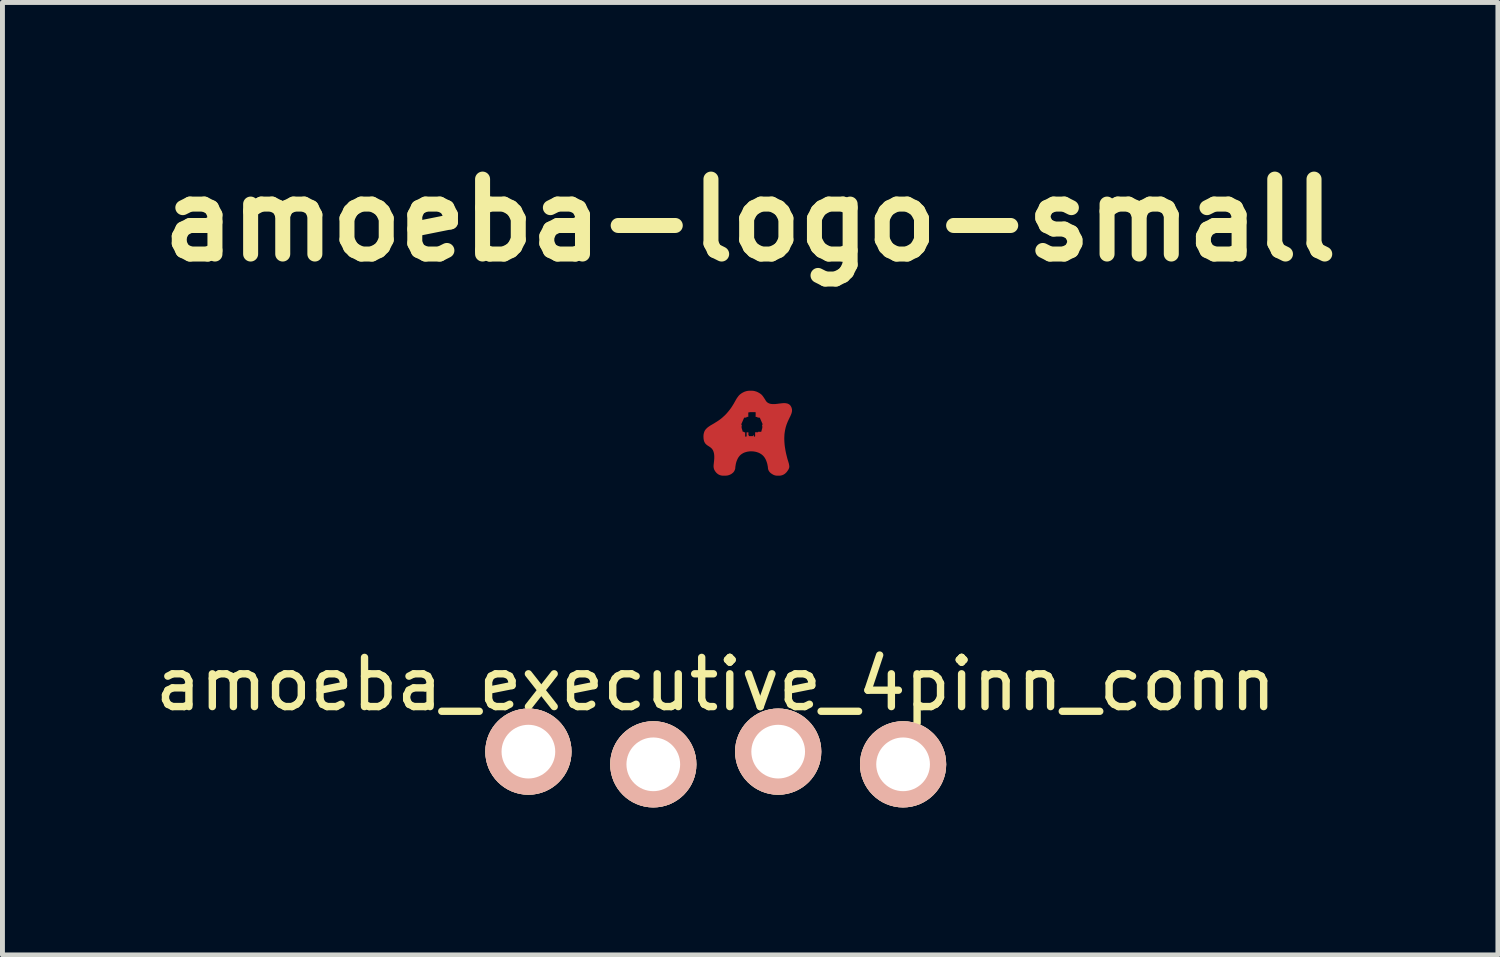
<source format=kicad_pcb>
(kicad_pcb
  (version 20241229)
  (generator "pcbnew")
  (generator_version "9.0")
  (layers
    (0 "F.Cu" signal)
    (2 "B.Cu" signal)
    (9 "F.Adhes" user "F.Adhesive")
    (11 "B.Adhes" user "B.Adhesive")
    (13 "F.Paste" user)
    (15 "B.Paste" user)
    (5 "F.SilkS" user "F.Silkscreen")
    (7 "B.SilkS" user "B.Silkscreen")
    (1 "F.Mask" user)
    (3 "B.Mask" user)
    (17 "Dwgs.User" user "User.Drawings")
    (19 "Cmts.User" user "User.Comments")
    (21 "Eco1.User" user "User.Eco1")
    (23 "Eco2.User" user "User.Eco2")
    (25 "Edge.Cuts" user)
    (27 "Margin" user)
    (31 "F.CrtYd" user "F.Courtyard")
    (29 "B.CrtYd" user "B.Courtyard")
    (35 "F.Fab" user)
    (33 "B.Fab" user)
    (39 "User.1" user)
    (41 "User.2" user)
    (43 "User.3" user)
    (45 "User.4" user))
  (footprint "amoeba-logo-small"
    (layer "F.Cu")
    (at 12.207 5.746)
    (property "Reference" "amoeba-logo-small" (at 0 -4.319 180) (layer "F.SilkS") (effects (font (size 1.524 1.524) (thickness 0.305))))
    (attr smd)
    (fp_poly (pts (xy -0.011 -0.85) (xy 0.006 -0.415) (xy 0.104 -0.415) (xy 0.111 -0.407) (xy 0.11 -0.317) (xy 0.144 -0.317) (xy 0.149 -0.303) (xy 0.189 -0.303) (xy 0.194 -0.299) (xy 0.198 -0.294) (xy 0.255 -0.164) (xy 0.242 -0.158) (xy 0.242 -0.136) (xy 0.246 -0.137) (xy 0.246 -0.095) (xy 0.224 -0.014) (xy 0.159 -0.014) (xy 0.159 -0.005) (xy 0.1 -0.005) (xy 0.1 0.074) (xy 0.087 0.088) (xy 0.072 0.074) (xy 0.072 0.045) (xy 0.052 0.074) (xy -0.022 0.074) (xy -0.037 0.046) (xy -0.036 -0.004) (xy -0.073 -0.004) (xy -0.073 0.075) (xy -0.088 0.089) (xy -0.103 0.075) (xy -0.103 -0.005) (xy -0.127 -0.005) (xy -0.127 -0.015) (xy -0.151 -0.014) (xy -0.175 -0.096) (xy -0.175 -0.135) (xy -0.171 -0.136) (xy -0.172 -0.158) (xy -0.178 -0.158) (xy -0.184 -0.163) (xy -0.125 -0.298) (xy -0.121 -0.301) (xy -0.117 -0.303) (xy -0.079 -0.303) (xy -0.072 -0.318) (xy -0.039 -0.318) (xy -0.039 -0.408) (xy 0.006 -0.415) (xy -0.011 -0.85) (xy -0.031 -0.849) (xy -0.051 -0.847) (xy -0.072 -0.843) (xy -0.092 -0.837) (xy -0.112 -0.831) (xy -0.132 -0.822) (xy -0.152 -0.812) (xy -0.172 -0.8) (xy -0.191 -0.787) (xy -0.209 -0.773) (xy -0.226 -0.757) (xy -0.241 -0.739) (xy -0.256 -0.719) (xy -0.27 -0.7) (xy -0.282 -0.68) (xy -0.293 -0.662) (xy -0.302 -0.645) (xy -0.31 -0.631) (xy -0.317 -0.619) (xy -0.333 -0.59) (xy -0.35 -0.562) (xy -0.367 -0.535) (xy -0.383 -0.51) (xy -0.4 -0.486) (xy -0.417 -0.463) (xy -0.434 -0.442) (xy -0.451 -0.421) (xy -0.468 -0.401) (xy -0.484 -0.383) (xy -0.501 -0.365) (xy -0.518 -0.348) (xy -0.534 -0.333) (xy -0.551 -0.318) (xy -0.567 -0.303) (xy -0.583 -0.29) (xy -0.599 -0.277) (xy -0.615 -0.265) (xy -0.631 -0.253) (xy -0.647 -0.242) (xy -0.662 -0.232) (xy -0.677 -0.222) (xy -0.692 -0.213) (xy -0.707 -0.204) (xy -0.721 -0.195) (xy -0.735 -0.186) (xy -0.749 -0.178) (xy -0.762 -0.17) (xy -0.775 -0.163) (xy -0.788 -0.155) (xy -0.801 -0.148) (xy -0.813 -0.14) (xy -0.824 -0.133) (xy -0.835 -0.125) (xy -0.846 -0.118) (xy -0.857 -0.11) (xy -0.867 -0.102) (xy -0.876 -0.094) (xy -0.885 -0.086) (xy -0.893 -0.077) (xy -0.901 -0.069) (xy -0.909 -0.059) (xy -0.916 -0.05) (xy -0.922 -0.04) (xy -0.928 -0.029) (xy -0.933 -0.018) (xy -0.937 -0.006) (xy -0.941 0.007) (xy -0.944 0.02) (xy -0.947 0.033) (xy -0.949 0.048) (xy -0.95 0.063) (xy -0.951 0.08) (xy -0.95 0.099) (xy -0.949 0.116) (xy -0.948 0.132) (xy -0.945 0.147) (xy -0.942 0.161) (xy -0.939 0.174) (xy -0.934 0.186) (xy -0.93 0.196) (xy -0.924 0.206) (xy -0.919 0.215) (xy -0.913 0.224) (xy -0.906 0.231) (xy -0.899 0.238) (xy -0.892 0.245) (xy -0.885 0.251) (xy -0.877 0.257) (xy -0.869 0.263) (xy -0.861 0.268) (xy -0.853 0.273) (xy -0.845 0.278) (xy -0.837 0.283) (xy -0.829 0.289) (xy -0.821 0.294) (xy -0.813 0.3) (xy -0.805 0.306) (xy -0.798 0.312) (xy -0.79 0.319) (xy -0.783 0.326) (xy -0.776 0.334) (xy -0.77 0.343) (xy -0.763 0.352) (xy -0.758 0.362) (xy -0.752 0.373) (xy -0.748 0.386) (xy -0.743 0.399) (xy -0.74 0.413) (xy -0.736 0.428) (xy -0.734 0.445) (xy -0.732 0.463) (xy -0.731 0.483) (xy -0.731 0.504) (xy -0.731 0.526) (xy -0.733 0.551) (xy -0.735 0.577) (xy -0.738 0.604) (xy -0.741 0.632) (xy -0.744 0.657) (xy -0.745 0.679) (xy -0.745 0.7) (xy -0.742 0.719) (xy -0.738 0.737) (xy -0.732 0.755) (xy -0.722 0.773) (xy -0.71 0.792) (xy -0.696 0.81) (xy -0.681 0.826) (xy -0.664 0.84) (xy -0.647 0.852) (xy -0.629 0.861) (xy -0.609 0.869) (xy -0.589 0.874) (xy -0.567 0.877) (xy -0.545 0.878) (xy -0.514 0.878) (xy -0.492 0.877) (xy -0.47 0.875) (xy -0.45 0.871) (xy -0.43 0.865) (xy -0.411 0.857) (xy -0.392 0.848) (xy -0.375 0.837) (xy -0.357 0.823) (xy -0.341 0.808) (xy -0.328 0.791) (xy -0.318 0.772) (xy -0.31 0.752) (xy -0.304 0.731) (xy -0.304 0.728) (xy -0.304 0.722) (xy -0.303 0.711) (xy -0.302 0.696) (xy -0.299 0.679) (xy -0.296 0.659) (xy -0.292 0.637) (xy -0.286 0.613) (xy -0.279 0.589) (xy -0.269 0.564) (xy -0.258 0.539) (xy -0.245 0.514) (xy -0.229 0.491) (xy -0.211 0.469) (xy -0.19 0.45) (xy -0.173 0.437) (xy -0.155 0.426) (xy -0.137 0.416) (xy -0.117 0.407) (xy -0.096 0.4) (xy -0.075 0.394) (xy -0.053 0.389) (xy -0.031 0.386) (xy -0.008 0.383) (xy 0.014 0.382) (xy 0.037 0.383) (xy 0.06 0.384) (xy 0.082 0.387) (xy 0.105 0.391) (xy 0.126 0.396) (xy 0.148 0.403) (xy 0.168 0.41) (xy 0.188 0.419) (xy 0.207 0.43) (xy 0.225 0.441) (xy 0.242 0.454) (xy 0.263 0.473) (xy 0.282 0.495) (xy 0.298 0.518) (xy 0.312 0.543) (xy 0.324 0.568) (xy 0.333 0.593) (xy 0.341 0.617) (xy 0.348 0.641) (xy 0.352 0.663) (xy 0.356 0.683) (xy 0.359 0.7) (xy 0.36 0.715) (xy 0.361 0.726) (xy 0.362 0.733) (xy 0.362 0.735) (xy 0.367 0.755) (xy 0.375 0.774) (xy 0.385 0.791) (xy 0.398 0.807) (xy 0.414 0.823) (xy 0.433 0.837) (xy 0.452 0.849) (xy 0.471 0.86) (xy 0.491 0.868) (xy 0.511 0.874) (xy 0.532 0.877) (xy 0.554 0.878) (xy 0.584 0.878) (xy 0.607 0.877) (xy 0.628 0.874) (xy 0.649 0.868) (xy 0.668 0.861) (xy 0.687 0.851) (xy 0.705 0.839) (xy 0.722 0.824) (xy 0.738 0.808) (xy 0.753 0.789) (xy 0.765 0.771) (xy 0.776 0.755) (xy 0.784 0.739) (xy 0.79 0.723) (xy 0.794 0.706) (xy 0.795 0.686) (xy 0.792 0.664) (xy 0.787 0.637) (xy 0.778 0.604) (xy 0.766 0.566) (xy 0.755 0.529) (xy 0.746 0.493) (xy 0.737 0.458) (xy 0.729 0.424) (xy 0.722 0.391) (xy 0.716 0.359) (xy 0.711 0.328) (xy 0.706 0.298) (xy 0.702 0.269) (xy 0.699 0.241) (xy 0.697 0.213) (xy 0.695 0.186) (xy 0.694 0.161) (xy 0.693 0.136) (xy 0.693 0.111) (xy 0.694 0.088) (xy 0.695 0.065) (xy 0.696 0.043) (xy 0.698 0.022) (xy 0.701 0.001) (xy 0.704 -0.019) (xy 0.707 -0.038) (xy 0.711 -0.057) (xy 0.715 -0.075) (xy 0.719 -0.093) (xy 0.723 -0.11) (xy 0.728 -0.126) (xy 0.733 -0.142) (xy 0.738 -0.158) (xy 0.744 -0.173) (xy 0.749 -0.187) (xy 0.755 -0.201) (xy 0.76 -0.215) (xy 0.766 -0.228) (xy 0.772 -0.241) (xy 0.778 -0.253) (xy 0.783 -0.265) (xy 0.789 -0.277) (xy 0.795 -0.289) (xy 0.8 -0.3) (xy 0.805 -0.311) (xy 0.811 -0.321) (xy 0.816 -0.332) (xy 0.82 -0.342) (xy 0.825 -0.352) (xy 0.829 -0.362) (xy 0.833 -0.372) (xy 0.837 -0.382) (xy 0.84 -0.391) (xy 0.843 -0.401) (xy 0.845 -0.41) (xy 0.847 -0.419) (xy 0.849 -0.429) (xy 0.85 -0.438) (xy 0.85 -0.447) (xy 0.85 -0.457) (xy 0.85 -0.466) (xy 0.848 -0.476) (xy 0.846 -0.485) (xy 0.844 -0.495) (xy 0.841 -0.505) (xy 0.833 -0.522) (xy 0.825 -0.537) (xy 0.815 -0.551) (xy 0.805 -0.562) (xy 0.793 -0.571) (xy 0.78 -0.579) (xy 0.767 -0.585) (xy 0.753 -0.59) (xy 0.738 -0.593) (xy 0.723 -0.596) (xy 0.707 -0.597) (xy 0.69 -0.597) (xy 0.673 -0.597) (xy 0.655 -0.596) (xy 0.638 -0.594) (xy 0.619 -0.592) (xy 0.601 -0.59) (xy 0.583 -0.588) (xy 0.564 -0.585) (xy 0.546 -0.583) (xy 0.527 -0.581) (xy 0.509 -0.579) (xy 0.491 -0.578) (xy 0.473 -0.578) (xy 0.455 -0.578) (xy 0.438 -0.58) (xy 0.422 -0.582) (xy 0.405 -0.585) (xy 0.39 -0.59) (xy 0.375 -0.596) (xy 0.36 -0.604) (xy 0.347 -0.613) (xy 0.334 -0.625) (xy 0.325 -0.635) (xy 0.315 -0.65) (xy 0.304 -0.669) (xy 0.291 -0.689) (xy 0.277 -0.71) (xy 0.262 -0.732) (xy 0.246 -0.753) (xy 0.228 -0.772) (xy 0.209 -0.787) (xy 0.189 -0.8) (xy 0.169 -0.812) (xy 0.149 -0.822) (xy 0.129 -0.831) (xy 0.109 -0.837) (xy 0.088 -0.843) (xy 0.068 -0.847) (xy 0.048 -0.849) (xy 0.028 -0.85) (xy -0.011 -0.85)) (stroke (width 0) (type solid)) (fill yes) (layer "F.Cu"))
    (fp_poly (pts (xy -0.079 -1.271) (xy -0.1 -1.271) (xy -0.122 -1.269) (xy -0.144 -1.267) (xy -0.166 -1.263) (xy -0.187 -1.258) (xy -0.209 -1.252) (xy -0.23 -1.245) (xy -0.252 -1.237) (xy -0.273 -1.228) (xy -0.295 -1.218) (xy -0.316 -1.207) (xy -0.337 -1.195) (xy -0.359 -1.181) (xy -0.38 -1.167) (xy -0.398 -1.153) (xy -0.416 -1.137) (xy -0.433 -1.12) (xy -0.45 -1.102) (xy -0.466 -1.082) (xy -0.481 -1.062) (xy -0.496 -1.042) (xy -0.51 -1.021) (xy -0.523 -1.001) (xy -0.535 -0.981) (xy -0.547 -0.962) (xy -0.557 -0.944) (xy -0.566 -0.927) (xy -0.575 -0.911) (xy -0.582 -0.898) (xy -0.588 -0.887) (xy -0.606 -0.855) (xy -0.623 -0.825) (xy -0.64 -0.796) (xy -0.657 -0.768) (xy -0.674 -0.741) (xy -0.69 -0.715) (xy -0.707 -0.689) (xy -0.723 -0.665) (xy -0.739 -0.642) (xy -0.755 -0.619) (xy -0.77 -0.598) (xy -0.786 -0.577) (xy -0.801 -0.557) (xy -0.816 -0.538) (xy -0.831 -0.519) (xy -0.846 -0.502) (xy -0.86 -0.485) (xy -0.874 -0.469) (xy -0.888 -0.453) (xy -0.902 -0.438) (xy -0.916 -0.424) (xy -0.929 -0.411) (xy -0.943 -0.398) (xy -0.956 -0.385) (xy -0.969 -0.373) (xy -0.981 -0.362) (xy -0.994 -0.351) (xy -1.006 -0.341) (xy -1.018 -0.331) (xy -1.03 -0.322) (xy -1.042 -0.313) (xy -1.053 -0.304) (xy -1.064 -0.296) (xy -1.076 -0.288) (xy -1.086 -0.281) (xy -1.097 -0.273) (xy -1.108 -0.266) (xy -1.118 -0.26) (xy -1.128 -0.253) (xy -1.138 -0.247) (xy -1.147 -0.241) (xy -1.157 -0.235) (xy -1.166 -0.23) (xy -1.175 -0.224) (xy -1.184 -0.219) (xy -1.192 -0.214) (xy -1.201 -0.208) (xy -1.209 -0.203) (xy -1.217 -0.198) (xy -1.224 -0.193) (xy -1.232 -0.188) (xy -1.239 -0.183) (xy -1.246 -0.177) (xy -1.253 -0.172) (xy -1.26 -0.167) (xy -1.266 -0.161) (xy -1.272 -0.155) (xy -1.278 -0.149) (xy -1.284 -0.143) (xy -1.289 -0.137) (xy -1.295 -0.13) (xy -1.3 -0.124) (xy -1.305 -0.116) (xy -1.309 -0.109) (xy -1.314 -0.101) (xy -1.318 -0.093) (xy -1.322 -0.085) (xy -1.326 -0.076) (xy -1.329 -0.067) (xy -1.333 -0.057) (xy -1.336 -0.047) (xy -1.338 -0.036) (xy -1.341 -0.025) (xy -1.343 -0.013) (xy -1.346 -0.001) (xy -1.348 0.012) (xy -1.349 0.025) (xy -1.351 0.039) (xy -1.352 0.054) (xy -1.353 0.069) (xy -1.354 0.085) (xy -1.354 0.102) (xy -1.354 0.119) (xy -1.354 0.133) (xy -1.353 0.145) (xy -1.352 0.157) (xy -1.35 0.168) (xy -1.348 0.178) (xy -1.345 0.188) (xy -1.342 0.197) (xy -1.338 0.205) (xy -1.334 0.212) (xy -1.329 0.219) (xy -1.324 0.226) (xy -1.319 0.232) (xy -1.313 0.237) (xy -1.307 0.242) (xy -1.301 0.246) (xy -1.294 0.25) (xy -1.287 0.254) (xy -1.28 0.257) (xy -1.273 0.26) (xy -1.265 0.263) (xy -1.257 0.265) (xy -1.249 0.268) (xy -1.241 0.27) (xy -1.233 0.272) (xy -1.224 0.273) (xy -1.215 0.275) (xy -1.206 0.277) (xy -1.198 0.278) (xy -1.189 0.28) (xy -1.18 0.281) (xy -1.171 0.283) (xy -1.161 0.285) (xy -1.152 0.286) (xy -1.143 0.288) (xy -1.134 0.291) (xy -1.125 0.293) (xy -1.116 0.296) (xy -1.107 0.299) (xy -1.099 0.302) (xy -1.09 0.305) (xy -1.081 0.309) (xy -1.073 0.314) (xy -1.065 0.318) (xy -1.057 0.324) (xy -1.049 0.329) (xy -1.041 0.336) (xy -1.034 0.343) (xy -1.027 0.35) (xy -1.02 0.358) (xy -1.013 0.367) (xy -1.007 0.376) (xy -1.001 0.386) (xy -0.996 0.397) (xy -0.99 0.409) (xy -0.986 0.421) (xy -0.981 0.434) (xy -0.977 0.448) (xy -0.973 0.463) (xy -0.97 0.479) (xy -0.967 0.496) (xy -0.965 0.514) (xy -0.963 0.533) (xy -0.962 0.553) (xy -0.961 0.574) (xy -0.961 0.597) (xy -0.962 0.62) (xy -0.963 0.645) (xy -0.964 0.67) (xy -0.966 0.697) (xy -0.969 0.726) (xy -0.973 0.755) (xy -0.976 0.784) (xy -0.979 0.81) (xy -0.982 0.835) (xy -0.983 0.858) (xy -0.984 0.88) (xy -0.984 0.901) (xy -0.983 0.921) (xy -0.981 0.94) (xy -0.978 0.958) (xy -0.973 0.976) (xy -0.967 0.994) (xy -0.96 1.012) (xy -0.95 1.03) (xy -0.939 1.049) (xy -0.926 1.068) (xy -0.912 1.087) (xy -0.898 1.104) (xy -0.883 1.12) (xy -0.867 1.135) (xy -0.85 1.148) (xy -0.833 1.16) (xy -0.816 1.171) (xy -0.797 1.18) (xy -0.778 1.189) (xy -0.759 1.196) (xy -0.738 1.202) (xy -0.717 1.206) (xy -0.696 1.209) (xy -0.674 1.211) (xy -0.651 1.212) (xy -0.6 1.212) (xy -0.576 1.211) (xy -0.553 1.209) (xy -0.53 1.207) (xy -0.508 1.203) (xy -0.486 1.197) (xy -0.465 1.191) (xy -0.445 1.184) (xy -0.425 1.175) (xy -0.405 1.165) (xy -0.386 1.154) (xy -0.368 1.142) (xy -0.349 1.129) (xy -0.332 1.114) (xy -0.316 1.099) (xy -0.302 1.083) (xy -0.29 1.066) (xy -0.279 1.048) (xy -0.269 1.029) (xy -0.261 1.009) (xy -0.255 0.988) (xy -0.25 0.966) (xy -0.231 0.955) (xy -0.213 0.944) (xy -0.194 0.934) (xy -0.175 0.925) (xy -0.155 0.917) (xy -0.136 0.909) (xy -0.117 0.903) (xy -0.097 0.897) (xy -0.077 0.893) (xy -0.057 0.889) (xy -0.037 0.886) (xy -0.017 0.884) (xy 0.003 0.883) (xy 0.023 0.883) (xy 0.043 0.883) (xy 0.064 0.885) (xy 0.084 0.887) (xy 0.104 0.891) (xy 0.125 0.895) (xy 0.145 0.9) (xy 0.165 0.906) (xy 0.186 0.913) (xy 0.206 0.921) (xy 0.226 0.93) (xy 0.246 0.939) (xy 0.266 0.95) (xy 0.286 0.961) (xy 0.306 0.974) (xy 0.325 0.987) (xy 0.345 1.001) (xy 0.364 1.017) (xy 0.384 1.033) (xy 0.388 1.053) (xy 0.394 1.072) (xy 0.402 1.091) (xy 0.411 1.109) (xy 0.422 1.126) (xy 0.435 1.143) (xy 0.449 1.158) (xy 0.465 1.174) (xy 0.483 1.188) (xy 0.502 1.202) (xy 0.52 1.215) (xy 0.54 1.227) (xy 0.559 1.237) (xy 0.579 1.246) (xy 0.599 1.254) (xy 0.619 1.26) (xy 0.639 1.265) (xy 0.66 1.269) (xy 0.682 1.271) (xy 0.703 1.271) (xy 0.754 1.271) (xy 0.777 1.271) (xy 0.799 1.269) (xy 0.82 1.265) (xy 0.841 1.261) (xy 0.862 1.255) (xy 0.882 1.248) (xy 0.901 1.239) (xy 0.919 1.229) (xy 0.938 1.218) (xy 0.955 1.205) (xy 0.972 1.192) (xy 0.989 1.176) (xy 1.005 1.16) (xy 1.02 1.142) (xy 1.035 1.123) (xy 1.048 1.105) (xy 1.06 1.087) (xy 1.07 1.071) (xy 1.08 1.055) (xy 1.088 1.04) (xy 1.094 1.024) (xy 1.1 1.007) (xy 1.103 0.99) (xy 1.105 0.971) (xy 1.105 0.951) (xy 1.103 0.929) (xy 1.1 0.905) (xy 1.094 0.878) (xy 1.086 0.848) (xy 1.076 0.815) (xy 1.065 0.777) (xy 1.054 0.741) (xy 1.044 0.705) (xy 1.034 0.669) (xy 1.025 0.635) (xy 1.016 0.602) (xy 1.008 0.569) (xy 1 0.537) (xy 0.993 0.505) (xy 0.987 0.475) (xy 0.981 0.445) (xy 0.975 0.416) (xy 0.97 0.388) (xy 0.965 0.36) (xy 0.961 0.333) (xy 0.957 0.307) (xy 0.954 0.281) (xy 0.951 0.256) (xy 0.949 0.232) (xy 0.947 0.208) (xy 0.945 0.185) (xy 0.944 0.162) (xy 0.943 0.141) (xy 0.943 0.119) (xy 0.943 0.099) (xy 0.943 0.078) (xy 0.944 0.059) (xy 0.945 0.04) (xy 0.946 0.021) (xy 0.948 0.003) (xy 0.95 -0.014) (xy 0.952 -0.031) (xy 0.954 -0.048) (xy 0.957 -0.064) (xy 0.96 -0.079) (xy 0.963 -0.094) (xy 0.967 -0.109) (xy 0.97 -0.123) (xy 0.974 -0.137) (xy 0.979 -0.15) (xy 0.983 -0.163) (xy 0.988 -0.176) (xy 0.992 -0.188) (xy 0.997 -0.2) (xy 1.002 -0.211) (xy 1.008 -0.222) (xy 1.013 -0.233) (xy 1.019 -0.243) (xy 1.024 -0.254) (xy 1.03 -0.263) (xy 1.036 -0.273) (xy 1.042 -0.282) (xy 1.048 -0.291) (xy 1.054 -0.3) (xy 1.06 -0.308) (xy 1.066 -0.316) (xy 1.073 -0.324) (xy 1.079 -0.332) (xy 1.085 -0.339) (xy 1.092 -0.347) (xy 1.098 -0.354) (xy 1.104 -0.361) (xy 1.111 -0.368) (xy 1.117 -0.374) (xy 1.123 -0.381) (xy 1.13 -0.387) (xy 1.136 -0.393) (xy 1.142 -0.399) (xy 1.148 -0.406) (xy 1.154 -0.411) (xy 1.16 -0.417) (xy 1.166 -0.423) (xy 1.171 -0.429) (xy 1.177 -0.434) (xy 1.182 -0.44) (xy 1.187 -0.446) (xy 1.192 -0.451) (xy 1.197 -0.457) (xy 1.202 -0.463) (xy 1.207 -0.468) (xy 1.211 -0.474) (xy 1.215 -0.48) (xy 1.219 -0.485) (xy 1.223 -0.491) (xy 1.226 -0.497) (xy 1.229 -0.503) (xy 1.232 -0.509) (xy 1.235 -0.515) (xy 1.238 -0.521) (xy 1.24 -0.528) (xy 1.242 -0.534) (xy 1.243 -0.541) (xy 1.244 -0.548) (xy 1.245 -0.555) (xy 1.246 -0.562) (xy 1.246 -0.57) (xy 1.246 -0.577) (xy 1.246 -0.585) (xy 1.245 -0.593) (xy 1.244 -0.601) (xy 1.242 -0.61) (xy 1.24 -0.619) (xy 1.237 -0.628) (xy 1.235 -0.637) (xy 1.231 -0.646) (xy 1.224 -0.666) (xy 1.215 -0.684) (xy 1.206 -0.701) (xy 1.197 -0.716) (xy 1.187 -0.73) (xy 1.176 -0.743) (xy 1.165 -0.755) (xy 1.154 -0.765) (xy 1.142 -0.774) (xy 1.129 -0.782) (xy 1.116 -0.789) (xy 1.103 -0.795) (xy 1.089 -0.801) (xy 1.075 -0.805) (xy 1.061 -0.809) (xy 1.046 -0.812) (xy 1.031 -0.814) (xy 1.016 -0.816) (xy 1 -0.817) (xy 0.984 -0.817) (xy 0.968 -0.818) (xy 0.952 -0.818) (xy 0.935 -0.817) (xy 0.919 -0.816) (xy 0.902 -0.815) (xy 0.885 -0.814) (xy 0.868 -0.813) (xy 0.851 -0.812) (xy 0.834 -0.811) (xy 0.817 -0.81) (xy 0.8 -0.809) (xy 0.782 -0.808) (xy 0.765 -0.808) (xy 0.748 -0.808) (xy 0.731 -0.808) (xy 0.714 -0.809) (xy 0.697 -0.81) (xy 0.68 -0.812) (xy 0.664 -0.814) (xy 0.647 -0.817) (xy 0.631 -0.821) (xy 0.615 -0.825) (xy 0.599 -0.831) (xy 0.583 -0.837) (xy 0.568 -0.844) (xy 0.553 -0.852) (xy 0.538 -0.861) (xy 0.524 -0.872) (xy 0.51 -0.883) (xy 0.496 -0.896) (xy 0.487 -0.906) (xy 0.478 -0.918) (xy 0.468 -0.933) (xy 0.457 -0.951) (xy 0.445 -0.969) (xy 0.433 -0.989) (xy 0.42 -1.01) (xy 0.406 -1.032) (xy 0.392 -1.054) (xy 0.376 -1.075) (xy 0.36 -1.096) (xy 0.343 -1.116) (xy 0.325 -1.135) (xy 0.307 -1.152) (xy 0.288 -1.167) (xy 0.266 -1.181) (xy 0.245 -1.195) (xy 0.223 -1.207) (xy 0.201 -1.218) (xy 0.18 -1.228) (xy 0.158 -1.237) (xy 0.137 -1.245) (xy 0.115 -1.252) (xy 0.094 -1.258) (xy 0.072 -1.263) (xy 0.051 -1.267) (xy 0.029 -1.269) (xy 0.008 -1.271) (xy -0.014 -1.271) (xy -0.079 -1.271)) (stroke (width 0) (type solid)) (fill yes) (layer "F.Mask")))
  (footprint "amoeba_executive_4pinn_conn"
    (layer "F.Cu")
    (at 11.506 12.365)
    (property "Reference" "amoeba_executive_4pinn_conn" (at 0 -1.5 0) (unlocked yes) (layer "F.SilkS") (effects (font (size 1 1) (thickness 0.15))))
    (attr through_hole)
    (pad "1" thru_hole circle (at -3.81 -0.129 180) (size 1.753 1.753) (drill 1.092) (layers "*.Cu" "*.SilkS" "*.Mask"))
    (pad "2" thru_hole circle (at -1.27 0.129 180) (size 1.753 1.753) (drill 1.092) (layers "*.Cu" "*.SilkS" "*.Mask"))
    (pad "3" thru_hole circle (at 1.27 -0.129 180) (size 1.753 1.753) (drill 1.092) (layers "*.Cu" "*.SilkS" "*.Mask"))
    (pad "4" thru_hole circle (at 3.81 0.129 180) (size 1.753 1.753) (drill 1.092) (layers "*.Cu" "*.SilkS" "*.Mask")))
  (gr_rect
    (start -3 -3)
    (end 27.413 16.37)
    (stroke (width 0.1) (type default))
    (fill no)
    (layer "Edge.Cuts")))
</source>
